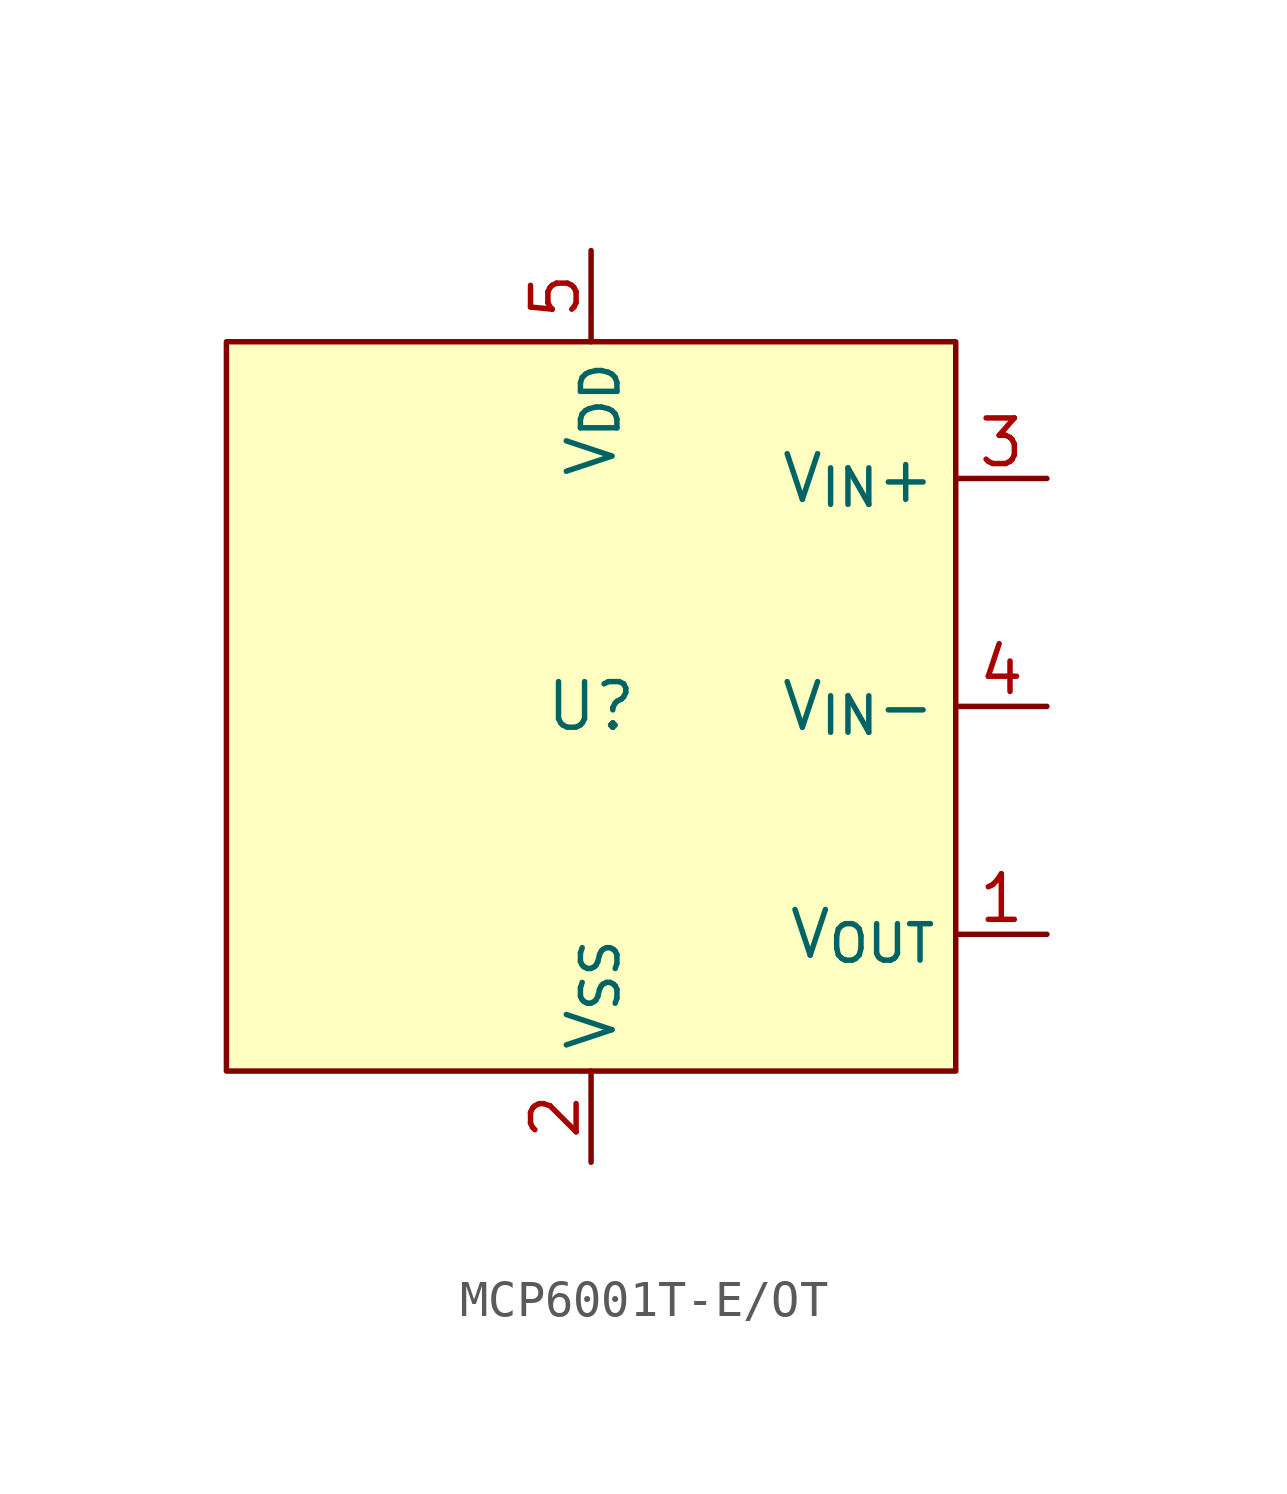
<source format=kicad_sym>
(kicad_symbol_lib
  (version 20231120)
  (generator "kicad_symbol_editor")
  (generator_version "8.0")
  (symbol "MCP6001T-E/OT"
    (property "Reference" "U"
      (at 0 0 0)
      (effects (font (size 1.27 1.27))))
    (property "Value" ""
      (at -3.81 3.81 0)
      (effects (font (size 1.27 1.27))))
    (symbol "MCP6001T-E/OT_1_1"
      (rectangle (start -10.16 10.16) (end 10.16 -10.16) (stroke (width 0) (type default)) (fill (type background)))
      (pin output line (at 12.7 -6.35 180) (length 2.54) (name "V_{OUT}" (effects (font (size 1.27 1.27)))) (number "1" (effects (font (size 1.27 1.27)))))
      (pin power_out line (at 0 -12.7 90) (length 2.54) (name "V_{SS}" (effects (font (size 1.27 1.27)))) (number "2" (effects (font (size 1.27 1.27)))))
      (pin input line (at 12.7 6.35 180) (length 2.54) (name "V_{IN}+" (effects (font (size 1.27 1.27)))) (number "3" (effects (font (size 1.27 1.27)))))
      (pin input line (at 12.7 0 180) (length 2.54) (name "V_{IN}-" (effects (font (size 1.27 1.27)))) (number "4" (effects (font (size 1.27 1.27)))))
      (pin power_in line (at 0 12.7 270) (length 2.54) (name "V_{DD}" (effects (font (size 1.27 1.27)))) (number "5" (effects (font (size 1.27 1.27))))))))
</source>
